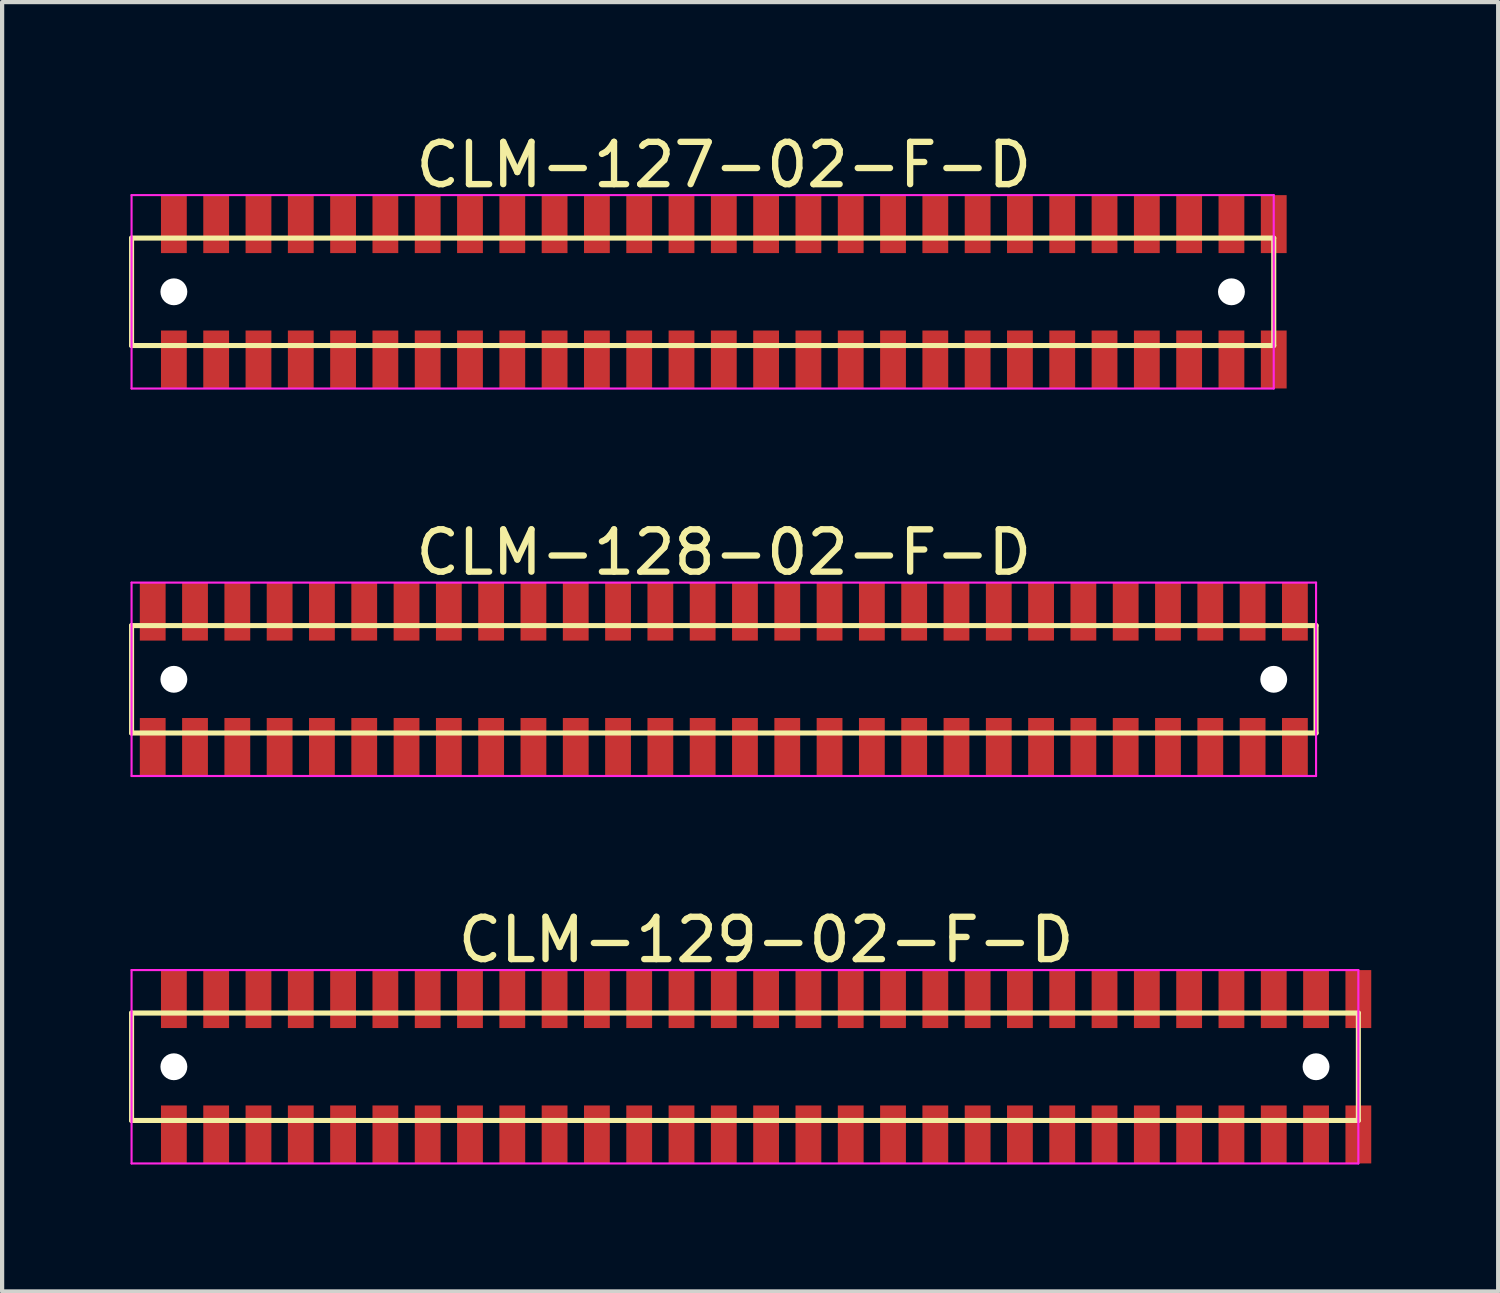
<source format=kicad_pcb>
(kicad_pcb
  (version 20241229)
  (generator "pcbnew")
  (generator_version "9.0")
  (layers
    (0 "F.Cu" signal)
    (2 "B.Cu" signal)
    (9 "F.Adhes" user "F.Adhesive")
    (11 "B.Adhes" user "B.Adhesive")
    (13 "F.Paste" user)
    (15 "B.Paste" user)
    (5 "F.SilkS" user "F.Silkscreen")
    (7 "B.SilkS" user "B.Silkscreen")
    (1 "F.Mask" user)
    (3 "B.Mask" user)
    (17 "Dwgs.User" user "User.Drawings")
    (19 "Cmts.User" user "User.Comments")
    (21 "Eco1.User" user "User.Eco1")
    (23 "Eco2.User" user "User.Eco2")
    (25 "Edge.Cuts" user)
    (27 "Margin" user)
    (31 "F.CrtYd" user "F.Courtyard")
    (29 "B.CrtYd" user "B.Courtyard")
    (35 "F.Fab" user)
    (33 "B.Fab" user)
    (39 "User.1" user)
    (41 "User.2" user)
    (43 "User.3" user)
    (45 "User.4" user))
  (footprint "CLM-129-02-F-D"
    (layer "F.Cu")
    (at 15.06 22.167)
    (property "Reference" "CLM-129-02-F-D" (at 0 -3 0) (layer "F.SilkS") (effects (font (size 1 1) (thickness 0.15))))
    (attr through_hole)
    (fp_line (start -15 -1.27) (end -15 1.27) (stroke (width 0.12) (type solid)) (layer "F.SilkS"))
    (fp_line (start -15 1.27) (end 14 1.27) (stroke (width 0.12) (type solid)) (layer "F.SilkS"))
    (fp_line (start 14 -1.27) (end -15 -1.27) (stroke (width 0.12) (type solid)) (layer "F.SilkS"))
    (fp_line (start 14 1.27) (end 14 -1.27) (stroke (width 0.12) (type solid)) (layer "F.SilkS"))
    (fp_line (start -15 -2.286) (end -15 2.286) (stroke (width 0.05) (type solid)) (layer "F.CrtYd"))
    (fp_line (start -15 2.286) (end 14 2.286) (stroke (width 0.05) (type solid)) (layer "F.CrtYd"))
    (fp_line (start 14 -2.286) (end -15 -2.286) (stroke (width 0.05) (type solid)) (layer "F.CrtYd"))
    (fp_line (start 14 2.286) (end 14 -2.286) (stroke (width 0.05) (type solid)) (layer "F.CrtYd"))
    (pad "" np_thru_hole circle (at -14 0) (size 0.635 0.635) (drill 0.635) (layers "*.Cu" "*.Mask"))
    (pad "" np_thru_hole circle (at 13 0) (size 0.635 0.635) (drill 0.635) (layers "*.Cu" "*.Mask"))
    (pad "1" smd rect (at -14 -1.6) (size 0.61 1.37) (layers "F.Cu" "F.Mask" "F.Paste"))
    (pad "2" smd rect (at -14 1.6) (size 0.61 1.37) (layers "F.Cu" "F.Mask" "F.Paste"))
    (pad "3" smd rect (at -13 -1.6) (size 0.61 1.37) (layers "F.Cu" "F.Mask" "F.Paste"))
    (pad "4" smd rect (at -13 1.6) (size 0.61 1.37) (layers "F.Cu" "F.Mask" "F.Paste"))
    (pad "5" smd rect (at -12 -1.6) (size 0.61 1.37) (layers "F.Cu" "F.Mask" "F.Paste"))
    (pad "6" smd rect (at -12 1.6) (size 0.61 1.37) (layers "F.Cu" "F.Mask" "F.Paste"))
    (pad "7" smd rect (at -11 -1.6) (size 0.61 1.37) (layers "F.Cu" "F.Mask" "F.Paste"))
    (pad "8" smd rect (at -11 1.6) (size 0.61 1.37) (layers "F.Cu" "F.Mask" "F.Paste"))
    (pad "9" smd rect (at -10 -1.6) (size 0.61 1.37) (layers "F.Cu" "F.Mask" "F.Paste"))
    (pad "10" smd rect (at -10 1.6) (size 0.61 1.37) (layers "F.Cu" "F.Mask" "F.Paste"))
    (pad "11" smd rect (at -9 -1.6) (size 0.61 1.37) (layers "F.Cu" "F.Mask" "F.Paste"))
    (pad "12" smd rect (at -9 1.6) (size 0.61 1.37) (layers "F.Cu" "F.Mask" "F.Paste"))
    (pad "13" smd rect (at -8 -1.6) (size 0.61 1.37) (layers "F.Cu" "F.Mask" "F.Paste"))
    (pad "14" smd rect (at -8 1.6) (size 0.61 1.37) (layers "F.Cu" "F.Mask" "F.Paste"))
    (pad "15" smd rect (at -7 -1.6) (size 0.61 1.37) (layers "F.Cu" "F.Mask" "F.Paste"))
    (pad "16" smd rect (at -7 1.6) (size 0.61 1.37) (layers "F.Cu" "F.Mask" "F.Paste"))
    (pad "17" smd rect (at -6 -1.6) (size 0.61 1.37) (layers "F.Cu" "F.Mask" "F.Paste"))
    (pad "18" smd rect (at -6 1.6) (size 0.61 1.37) (layers "F.Cu" "F.Mask" "F.Paste"))
    (pad "19" smd rect (at -5 -1.6) (size 0.61 1.37) (layers "F.Cu" "F.Mask" "F.Paste"))
    (pad "20" smd rect (at -5 1.6) (size 0.61 1.37) (layers "F.Cu" "F.Mask" "F.Paste"))
    (pad "21" smd rect (at -4 -1.6) (size 0.61 1.37) (layers "F.Cu" "F.Mask" "F.Paste"))
    (pad "22" smd rect (at -4 1.6) (size 0.61 1.37) (layers "F.Cu" "F.Mask" "F.Paste"))
    (pad "23" smd rect (at -3 -1.6) (size 0.61 1.37) (layers "F.Cu" "F.Mask" "F.Paste"))
    (pad "24" smd rect (at -3 1.6) (size 0.61 1.37) (layers "F.Cu" "F.Mask" "F.Paste"))
    (pad "25" smd rect (at -2 -1.6) (size 0.61 1.37) (layers "F.Cu" "F.Mask" "F.Paste"))
    (pad "26" smd rect (at -2 1.6) (size 0.61 1.37) (layers "F.Cu" "F.Mask" "F.Paste"))
    (pad "27" smd rect (at -1 -1.6) (size 0.61 1.37) (layers "F.Cu" "F.Mask" "F.Paste"))
    (pad "28" smd rect (at -1 1.6) (size 0.61 1.37) (layers "F.Cu" "F.Mask" "F.Paste"))
    (pad "29" smd rect (at 0 -1.6) (size 0.61 1.37) (layers "F.Cu" "F.Mask" "F.Paste"))
    (pad "30" smd rect (at 0 1.6) (size 0.61 1.37) (layers "F.Cu" "F.Mask" "F.Paste"))
    (pad "31" smd rect (at 1 -1.6) (size 0.61 1.37) (layers "F.Cu" "F.Mask" "F.Paste"))
    (pad "32" smd rect (at 1 1.6) (size 0.61 1.37) (layers "F.Cu" "F.Mask" "F.Paste"))
    (pad "33" smd rect (at 2 -1.6) (size 0.61 1.37) (layers "F.Cu" "F.Mask" "F.Paste"))
    (pad "34" smd rect (at 2 1.6) (size 0.61 1.37) (layers "F.Cu" "F.Mask" "F.Paste"))
    (pad "35" smd rect (at 3 -1.6) (size 0.61 1.37) (layers "F.Cu" "F.Mask" "F.Paste"))
    (pad "36" smd rect (at 3 1.6) (size 0.61 1.37) (layers "F.Cu" "F.Mask" "F.Paste"))
    (pad "37" smd rect (at 4 -1.6) (size 0.61 1.37) (layers "F.Cu" "F.Mask" "F.Paste"))
    (pad "38" smd rect (at 4 1.6) (size 0.61 1.37) (layers "F.Cu" "F.Mask" "F.Paste"))
    (pad "39" smd rect (at 5 -1.6) (size 0.61 1.37) (layers "F.Cu" "F.Mask" "F.Paste"))
    (pad "40" smd rect (at 5 1.6) (size 0.61 1.37) (layers "F.Cu" "F.Mask" "F.Paste"))
    (pad "41" smd rect (at 6 -1.6) (size 0.61 1.37) (layers "F.Cu" "F.Mask" "F.Paste"))
    (pad "42" smd rect (at 6 1.6) (size 0.61 1.37) (layers "F.Cu" "F.Mask" "F.Paste"))
    (pad "43" smd rect (at 7 -1.6) (size 0.61 1.37) (layers "F.Cu" "F.Mask" "F.Paste"))
    (pad "44" smd rect (at 7 1.6) (size 0.61 1.37) (layers "F.Cu" "F.Mask" "F.Paste"))
    (pad "45" smd rect (at 8 -1.6) (size 0.61 1.37) (layers "F.Cu" "F.Mask" "F.Paste"))
    (pad "46" smd rect (at 8 1.6) (size 0.61 1.37) (layers "F.Cu" "F.Mask" "F.Paste"))
    (pad "47" smd rect (at 9 -1.6) (size 0.61 1.37) (layers "F.Cu" "F.Mask" "F.Paste"))
    (pad "48" smd rect (at 9 1.6) (size 0.61 1.37) (layers "F.Cu" "F.Mask" "F.Paste"))
    (pad "49" smd rect (at 10 -1.6) (size 0.61 1.37) (layers "F.Cu" "F.Mask" "F.Paste"))
    (pad "50" smd rect (at 10 1.6) (size 0.61 1.37) (layers "F.Cu" "F.Mask" "F.Paste"))
    (pad "51" smd rect (at 11 -1.6) (size 0.61 1.37) (layers "F.Cu" "F.Mask" "F.Paste"))
    (pad "52" smd rect (at 11 1.6) (size 0.61 1.37) (layers "F.Cu" "F.Mask" "F.Paste"))
    (pad "53" smd rect (at 12 -1.6) (size 0.61 1.37) (layers "F.Cu" "F.Mask" "F.Paste"))
    (pad "54" smd rect (at 12 1.6) (size 0.61 1.37) (layers "F.Cu" "F.Mask" "F.Paste"))
    (pad "55" smd rect (at 13 -1.6) (size 0.61 1.37) (layers "F.Cu" "F.Mask" "F.Paste"))
    (pad "56" smd rect (at 13 1.6) (size 0.61 1.37) (layers "F.Cu" "F.Mask" "F.Paste"))
    (pad "57" smd rect (at 14 -1.6) (size 0.61 1.37) (layers "F.Cu" "F.Mask" "F.Paste"))
    (pad "58" smd rect (at 14 1.6) (size 0.61 1.37) (layers "F.Cu" "F.Mask" "F.Paste")))
  (footprint "CLM-127-02-F-D"
    (layer "F.Cu")
    (at 14.06 3.848)
    (property "Reference" "CLM-127-02-F-D" (at 0 -3 0) (layer "F.SilkS") (effects (font (size 1 1) (thickness 0.15))))
    (attr through_hole)
    (fp_line (start -14 -1.27) (end -14 1.27) (stroke (width 0.12) (type solid)) (layer "F.SilkS"))
    (fp_line (start -14 1.27) (end 13 1.27) (stroke (width 0.12) (type solid)) (layer "F.SilkS"))
    (fp_line (start 13 -1.27) (end -14 -1.27) (stroke (width 0.12) (type solid)) (layer "F.SilkS"))
    (fp_line (start 13 1.27) (end 13 -1.27) (stroke (width 0.12) (type solid)) (layer "F.SilkS"))
    (fp_line (start -14 -2.286) (end -14 2.286) (stroke (width 0.05) (type solid)) (layer "F.CrtYd"))
    (fp_line (start -14 2.286) (end 13 2.286) (stroke (width 0.05) (type solid)) (layer "F.CrtYd"))
    (fp_line (start 13 -2.286) (end -14 -2.286) (stroke (width 0.05) (type solid)) (layer "F.CrtYd"))
    (fp_line (start 13 2.286) (end 13 -2.286) (stroke (width 0.05) (type solid)) (layer "F.CrtYd"))
    (pad "" np_thru_hole circle (at -13 0) (size 0.635 0.635) (drill 0.635) (layers "*.Cu" "*.Mask"))
    (pad "" np_thru_hole circle (at 12 0) (size 0.635 0.635) (drill 0.635) (layers "*.Cu" "*.Mask"))
    (pad "1" smd rect (at -13 -1.6) (size 0.61 1.37) (layers "F.Cu" "F.Mask" "F.Paste"))
    (pad "2" smd rect (at -13 1.6) (size 0.61 1.37) (layers "F.Cu" "F.Mask" "F.Paste"))
    (pad "3" smd rect (at -12 -1.6) (size 0.61 1.37) (layers "F.Cu" "F.Mask" "F.Paste"))
    (pad "4" smd rect (at -12 1.6) (size 0.61 1.37) (layers "F.Cu" "F.Mask" "F.Paste"))
    (pad "5" smd rect (at -11 -1.6) (size 0.61 1.37) (layers "F.Cu" "F.Mask" "F.Paste"))
    (pad "6" smd rect (at -11 1.6) (size 0.61 1.37) (layers "F.Cu" "F.Mask" "F.Paste"))
    (pad "7" smd rect (at -10 -1.6) (size 0.61 1.37) (layers "F.Cu" "F.Mask" "F.Paste"))
    (pad "8" smd rect (at -10 1.6) (size 0.61 1.37) (layers "F.Cu" "F.Mask" "F.Paste"))
    (pad "9" smd rect (at -9 -1.6) (size 0.61 1.37) (layers "F.Cu" "F.Mask" "F.Paste"))
    (pad "10" smd rect (at -9 1.6) (size 0.61 1.37) (layers "F.Cu" "F.Mask" "F.Paste"))
    (pad "11" smd rect (at -8 -1.6) (size 0.61 1.37) (layers "F.Cu" "F.Mask" "F.Paste"))
    (pad "12" smd rect (at -8 1.6) (size 0.61 1.37) (layers "F.Cu" "F.Mask" "F.Paste"))
    (pad "13" smd rect (at -7 -1.6) (size 0.61 1.37) (layers "F.Cu" "F.Mask" "F.Paste"))
    (pad "14" smd rect (at -7 1.6) (size 0.61 1.37) (layers "F.Cu" "F.Mask" "F.Paste"))
    (pad "15" smd rect (at -6 -1.6) (size 0.61 1.37) (layers "F.Cu" "F.Mask" "F.Paste"))
    (pad "16" smd rect (at -6 1.6) (size 0.61 1.37) (layers "F.Cu" "F.Mask" "F.Paste"))
    (pad "17" smd rect (at -5 -1.6) (size 0.61 1.37) (layers "F.Cu" "F.Mask" "F.Paste"))
    (pad "18" smd rect (at -5 1.6) (size 0.61 1.37) (layers "F.Cu" "F.Mask" "F.Paste"))
    (pad "19" smd rect (at -4 -1.6) (size 0.61 1.37) (layers "F.Cu" "F.Mask" "F.Paste"))
    (pad "20" smd rect (at -4 1.6) (size 0.61 1.37) (layers "F.Cu" "F.Mask" "F.Paste"))
    (pad "21" smd rect (at -3 -1.6) (size 0.61 1.37) (layers "F.Cu" "F.Mask" "F.Paste"))
    (pad "22" smd rect (at -3 1.6) (size 0.61 1.37) (layers "F.Cu" "F.Mask" "F.Paste"))
    (pad "23" smd rect (at -2 -1.6) (size 0.61 1.37) (layers "F.Cu" "F.Mask" "F.Paste"))
    (pad "24" smd rect (at -2 1.6) (size 0.61 1.37) (layers "F.Cu" "F.Mask" "F.Paste"))
    (pad "25" smd rect (at -1 -1.6) (size 0.61 1.37) (layers "F.Cu" "F.Mask" "F.Paste"))
    (pad "26" smd rect (at -1 1.6) (size 0.61 1.37) (layers "F.Cu" "F.Mask" "F.Paste"))
    (pad "27" smd rect (at 0 -1.6) (size 0.61 1.37) (layers "F.Cu" "F.Mask" "F.Paste"))
    (pad "28" smd rect (at 0 1.6) (size 0.61 1.37) (layers "F.Cu" "F.Mask" "F.Paste"))
    (pad "29" smd rect (at 1 -1.6) (size 0.61 1.37) (layers "F.Cu" "F.Mask" "F.Paste"))
    (pad "30" smd rect (at 1 1.6) (size 0.61 1.37) (layers "F.Cu" "F.Mask" "F.Paste"))
    (pad "31" smd rect (at 2 -1.6) (size 0.61 1.37) (layers "F.Cu" "F.Mask" "F.Paste"))
    (pad "32" smd rect (at 2 1.6) (size 0.61 1.37) (layers "F.Cu" "F.Mask" "F.Paste"))
    (pad "33" smd rect (at 3 -1.6) (size 0.61 1.37) (layers "F.Cu" "F.Mask" "F.Paste"))
    (pad "34" smd rect (at 3 1.6) (size 0.61 1.37) (layers "F.Cu" "F.Mask" "F.Paste"))
    (pad "35" smd rect (at 4 -1.6) (size 0.61 1.37) (layers "F.Cu" "F.Mask" "F.Paste"))
    (pad "36" smd rect (at 4 1.6) (size 0.61 1.37) (layers "F.Cu" "F.Mask" "F.Paste"))
    (pad "37" smd rect (at 5 -1.6) (size 0.61 1.37) (layers "F.Cu" "F.Mask" "F.Paste"))
    (pad "38" smd rect (at 5 1.6) (size 0.61 1.37) (layers "F.Cu" "F.Mask" "F.Paste"))
    (pad "39" smd rect (at 6 -1.6) (size 0.61 1.37) (layers "F.Cu" "F.Mask" "F.Paste"))
    (pad "40" smd rect (at 6 1.6) (size 0.61 1.37) (layers "F.Cu" "F.Mask" "F.Paste"))
    (pad "41" smd rect (at 7 -1.6) (size 0.61 1.37) (layers "F.Cu" "F.Mask" "F.Paste"))
    (pad "42" smd rect (at 7 1.6) (size 0.61 1.37) (layers "F.Cu" "F.Mask" "F.Paste"))
    (pad "43" smd rect (at 8 -1.6) (size 0.61 1.37) (layers "F.Cu" "F.Mask" "F.Paste"))
    (pad "44" smd rect (at 8 1.6) (size 0.61 1.37) (layers "F.Cu" "F.Mask" "F.Paste"))
    (pad "45" smd rect (at 9 -1.6) (size 0.61 1.37) (layers "F.Cu" "F.Mask" "F.Paste"))
    (pad "46" smd rect (at 9 1.6) (size 0.61 1.37) (layers "F.Cu" "F.Mask" "F.Paste"))
    (pad "47" smd rect (at 10 -1.6) (size 0.61 1.37) (layers "F.Cu" "F.Mask" "F.Paste"))
    (pad "48" smd rect (at 10 1.6) (size 0.61 1.37) (layers "F.Cu" "F.Mask" "F.Paste"))
    (pad "49" smd rect (at 11 -1.6) (size 0.61 1.37) (layers "F.Cu" "F.Mask" "F.Paste"))
    (pad "50" smd rect (at 11 1.6) (size 0.61 1.37) (layers "F.Cu" "F.Mask" "F.Paste"))
    (pad "51" smd rect (at 12 -1.6) (size 0.61 1.37) (layers "F.Cu" "F.Mask" "F.Paste"))
    (pad "52" smd rect (at 12 1.6) (size 0.61 1.37) (layers "F.Cu" "F.Mask" "F.Paste"))
    (pad "53" smd rect (at 13 -1.6) (size 0.61 1.37) (layers "F.Cu" "F.Mask" "F.Paste"))
    (pad "54" smd rect (at 13 1.6) (size 0.61 1.37) (layers "F.Cu" "F.Mask" "F.Paste")))
  (footprint "CLM-128-02-F-D"
    (layer "F.Cu")
    (at 14.06 13.008)
    (property "Reference" "CLM-128-02-F-D" (at 0 -3 0) (layer "F.SilkS") (effects (font (size 1 1) (thickness 0.15))))
    (attr through_hole)
    (fp_line (start -14 -1.27) (end -14 1.27) (stroke (width 0.12) (type solid)) (layer "F.SilkS"))
    (fp_line (start -14 1.27) (end 14 1.27) (stroke (width 0.12) (type solid)) (layer "F.SilkS"))
    (fp_line (start 14 -1.27) (end -14 -1.27) (stroke (width 0.12) (type solid)) (layer "F.SilkS"))
    (fp_line (start 14 1.27) (end 14 -1.27) (stroke (width 0.12) (type solid)) (layer "F.SilkS"))
    (fp_line (start -14 -2.286) (end -14 2.286) (stroke (width 0.05) (type solid)) (layer "F.CrtYd"))
    (fp_line (start -14 2.286) (end 14 2.286) (stroke (width 0.05) (type solid)) (layer "F.CrtYd"))
    (fp_line (start 14 -2.286) (end -14 -2.286) (stroke (width 0.05) (type solid)) (layer "F.CrtYd"))
    (fp_line (start 14 2.286) (end 14 -2.286) (stroke (width 0.05) (type solid)) (layer "F.CrtYd"))
    (pad "" np_thru_hole circle (at -13 0) (size 0.635 0.635) (drill 0.635) (layers "*.Cu" "*.Mask"))
    (pad "" np_thru_hole circle (at 13 0) (size 0.635 0.635) (drill 0.635) (layers "*.Cu" "*.Mask"))
    (pad "1" smd rect (at -13.5 -1.6) (size 0.61 1.37) (layers "F.Cu" "F.Mask" "F.Paste"))
    (pad "2" smd rect (at -13.5 1.6) (size 0.61 1.37) (layers "F.Cu" "F.Mask" "F.Paste"))
    (pad "3" smd rect (at -12.5 -1.6) (size 0.61 1.37) (layers "F.Cu" "F.Mask" "F.Paste"))
    (pad "4" smd rect (at -12.5 1.6) (size 0.61 1.37) (layers "F.Cu" "F.Mask" "F.Paste"))
    (pad "5" smd rect (at -11.5 -1.6) (size 0.61 1.37) (layers "F.Cu" "F.Mask" "F.Paste"))
    (pad "6" smd rect (at -11.5 1.6) (size 0.61 1.37) (layers "F.Cu" "F.Mask" "F.Paste"))
    (pad "7" smd rect (at -10.5 -1.6) (size 0.61 1.37) (layers "F.Cu" "F.Mask" "F.Paste"))
    (pad "8" smd rect (at -10.5 1.6) (size 0.61 1.37) (layers "F.Cu" "F.Mask" "F.Paste"))
    (pad "9" smd rect (at -9.5 -1.6) (size 0.61 1.37) (layers "F.Cu" "F.Mask" "F.Paste"))
    (pad "10" smd rect (at -9.5 1.6) (size 0.61 1.37) (layers "F.Cu" "F.Mask" "F.Paste"))
    (pad "11" smd rect (at -8.5 -1.6) (size 0.61 1.37) (layers "F.Cu" "F.Mask" "F.Paste"))
    (pad "12" smd rect (at -8.5 1.6) (size 0.61 1.37) (layers "F.Cu" "F.Mask" "F.Paste"))
    (pad "13" smd rect (at -7.5 -1.6) (size 0.61 1.37) (layers "F.Cu" "F.Mask" "F.Paste"))
    (pad "14" smd rect (at -7.5 1.6) (size 0.61 1.37) (layers "F.Cu" "F.Mask" "F.Paste"))
    (pad "15" smd rect (at -6.5 -1.6) (size 0.61 1.37) (layers "F.Cu" "F.Mask" "F.Paste"))
    (pad "16" smd rect (at -6.5 1.6) (size 0.61 1.37) (layers "F.Cu" "F.Mask" "F.Paste"))
    (pad "17" smd rect (at -5.5 -1.6) (size 0.61 1.37) (layers "F.Cu" "F.Mask" "F.Paste"))
    (pad "18" smd rect (at -5.5 1.6) (size 0.61 1.37) (layers "F.Cu" "F.Mask" "F.Paste"))
    (pad "19" smd rect (at -4.5 -1.6) (size 0.61 1.37) (layers "F.Cu" "F.Mask" "F.Paste"))
    (pad "20" smd rect (at -4.5 1.6) (size 0.61 1.37) (layers "F.Cu" "F.Mask" "F.Paste"))
    (pad "21" smd rect (at -3.5 -1.6) (size 0.61 1.37) (layers "F.Cu" "F.Mask" "F.Paste"))
    (pad "22" smd rect (at -3.5 1.6) (size 0.61 1.37) (layers "F.Cu" "F.Mask" "F.Paste"))
    (pad "23" smd rect (at -2.5 -1.6) (size 0.61 1.37) (layers "F.Cu" "F.Mask" "F.Paste"))
    (pad "24" smd rect (at -2.5 1.6) (size 0.61 1.37) (layers "F.Cu" "F.Mask" "F.Paste"))
    (pad "25" smd rect (at -1.5 -1.6) (size 0.61 1.37) (layers "F.Cu" "F.Mask" "F.Paste"))
    (pad "26" smd rect (at -1.5 1.6) (size 0.61 1.37) (layers "F.Cu" "F.Mask" "F.Paste"))
    (pad "27" smd rect (at -0.5 -1.6) (size 0.61 1.37) (layers "F.Cu" "F.Mask" "F.Paste"))
    (pad "28" smd rect (at -0.5 1.6) (size 0.61 1.37) (layers "F.Cu" "F.Mask" "F.Paste"))
    (pad "29" smd rect (at 0.5 -1.6) (size 0.61 1.37) (layers "F.Cu" "F.Mask" "F.Paste"))
    (pad "30" smd rect (at 0.5 1.6) (size 0.61 1.37) (layers "F.Cu" "F.Mask" "F.Paste"))
    (pad "31" smd rect (at 1.5 -1.6) (size 0.61 1.37) (layers "F.Cu" "F.Mask" "F.Paste"))
    (pad "32" smd rect (at 1.5 1.6) (size 0.61 1.37) (layers "F.Cu" "F.Mask" "F.Paste"))
    (pad "33" smd rect (at 2.5 -1.6) (size 0.61 1.37) (layers "F.Cu" "F.Mask" "F.Paste"))
    (pad "34" smd rect (at 2.5 1.6) (size 0.61 1.37) (layers "F.Cu" "F.Mask" "F.Paste"))
    (pad "35" smd rect (at 3.5 -1.6) (size 0.61 1.37) (layers "F.Cu" "F.Mask" "F.Paste"))
    (pad "36" smd rect (at 3.5 1.6) (size 0.61 1.37) (layers "F.Cu" "F.Mask" "F.Paste"))
    (pad "37" smd rect (at 4.5 -1.6) (size 0.61 1.37) (layers "F.Cu" "F.Mask" "F.Paste"))
    (pad "38" smd rect (at 4.5 1.6) (size 0.61 1.37) (layers "F.Cu" "F.Mask" "F.Paste"))
    (pad "39" smd rect (at 5.5 -1.6) (size 0.61 1.37) (layers "F.Cu" "F.Mask" "F.Paste"))
    (pad "40" smd rect (at 5.5 1.6) (size 0.61 1.37) (layers "F.Cu" "F.Mask" "F.Paste"))
    (pad "41" smd rect (at 6.5 -1.6) (size 0.61 1.37) (layers "F.Cu" "F.Mask" "F.Paste"))
    (pad "42" smd rect (at 6.5 1.6) (size 0.61 1.37) (layers "F.Cu" "F.Mask" "F.Paste"))
    (pad "43" smd rect (at 7.5 -1.6) (size 0.61 1.37) (layers "F.Cu" "F.Mask" "F.Paste"))
    (pad "44" smd rect (at 7.5 1.6) (size 0.61 1.37) (layers "F.Cu" "F.Mask" "F.Paste"))
    (pad "45" smd rect (at 8.5 -1.6) (size 0.61 1.37) (layers "F.Cu" "F.Mask" "F.Paste"))
    (pad "46" smd rect (at 8.5 1.6) (size 0.61 1.37) (layers "F.Cu" "F.Mask" "F.Paste"))
    (pad "47" smd rect (at 9.5 -1.6) (size 0.61 1.37) (layers "F.Cu" "F.Mask" "F.Paste"))
    (pad "48" smd rect (at 9.5 1.6) (size 0.61 1.37) (layers "F.Cu" "F.Mask" "F.Paste"))
    (pad "49" smd rect (at 10.5 -1.6) (size 0.61 1.37) (layers "F.Cu" "F.Mask" "F.Paste"))
    (pad "50" smd rect (at 10.5 1.6) (size 0.61 1.37) (layers "F.Cu" "F.Mask" "F.Paste"))
    (pad "51" smd rect (at 11.5 -1.6) (size 0.61 1.37) (layers "F.Cu" "F.Mask" "F.Paste"))
    (pad "52" smd rect (at 11.5 1.6) (size 0.61 1.37) (layers "F.Cu" "F.Mask" "F.Paste"))
    (pad "53" smd rect (at 12.5 -1.6) (size 0.61 1.37) (layers "F.Cu" "F.Mask" "F.Paste"))
    (pad "54" smd rect (at 12.5 1.6) (size 0.61 1.37) (layers "F.Cu" "F.Mask" "F.Paste"))
    (pad "55" smd rect (at 13.5 -1.6) (size 0.61 1.37) (layers "F.Cu" "F.Mask" "F.Paste"))
    (pad "56" smd rect (at 13.5 1.6) (size 0.61 1.37) (layers "F.Cu" "F.Mask" "F.Paste")))
  (gr_rect
    (start -3 -3)
    (end 32.365 27.478)
    (stroke (width 0.1) (type default))
    (fill no)
    (layer "Edge.Cuts")))
</source>
